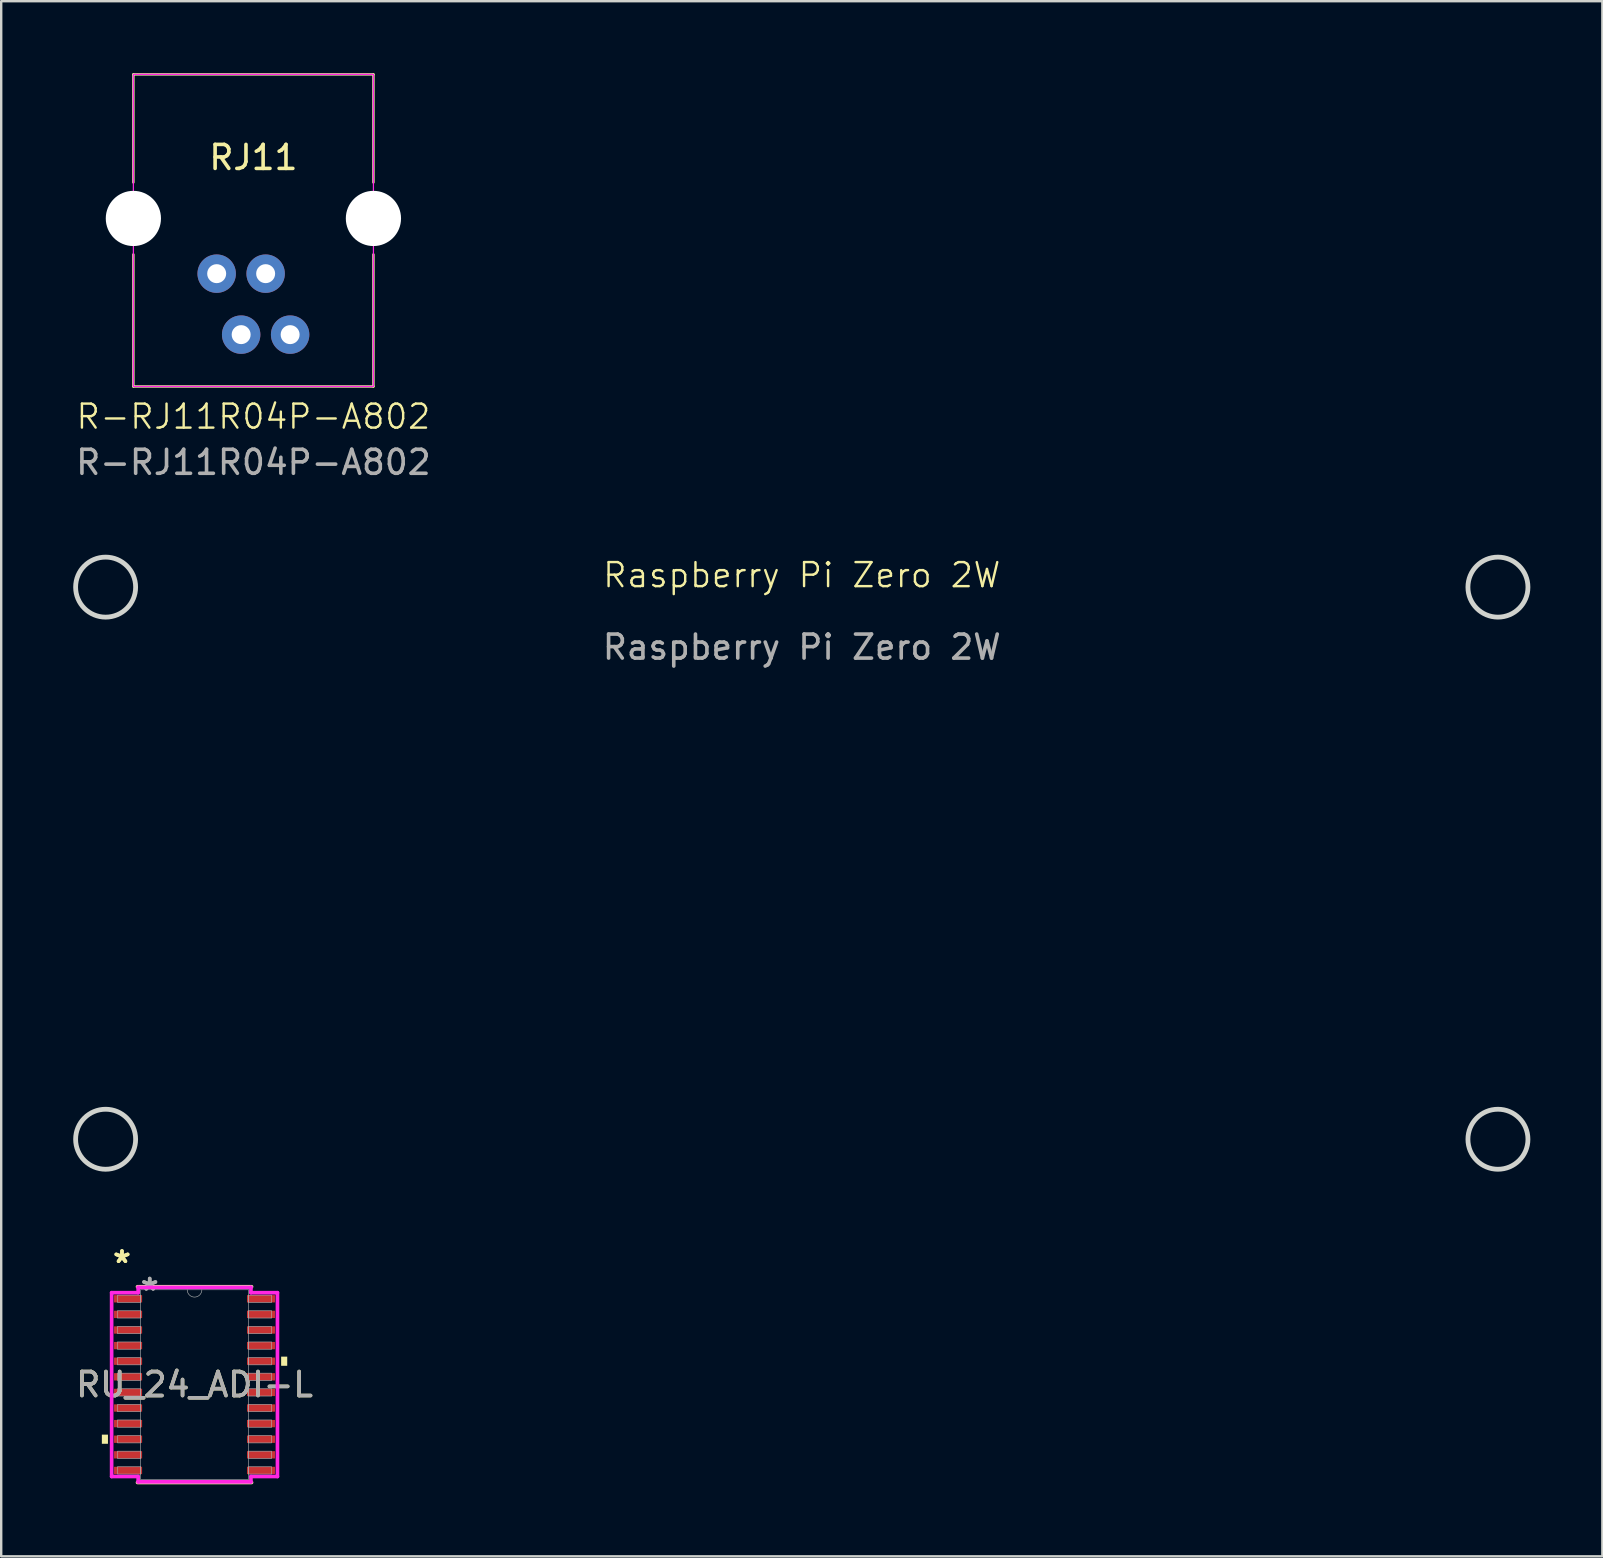
<source format=kicad_pcb>
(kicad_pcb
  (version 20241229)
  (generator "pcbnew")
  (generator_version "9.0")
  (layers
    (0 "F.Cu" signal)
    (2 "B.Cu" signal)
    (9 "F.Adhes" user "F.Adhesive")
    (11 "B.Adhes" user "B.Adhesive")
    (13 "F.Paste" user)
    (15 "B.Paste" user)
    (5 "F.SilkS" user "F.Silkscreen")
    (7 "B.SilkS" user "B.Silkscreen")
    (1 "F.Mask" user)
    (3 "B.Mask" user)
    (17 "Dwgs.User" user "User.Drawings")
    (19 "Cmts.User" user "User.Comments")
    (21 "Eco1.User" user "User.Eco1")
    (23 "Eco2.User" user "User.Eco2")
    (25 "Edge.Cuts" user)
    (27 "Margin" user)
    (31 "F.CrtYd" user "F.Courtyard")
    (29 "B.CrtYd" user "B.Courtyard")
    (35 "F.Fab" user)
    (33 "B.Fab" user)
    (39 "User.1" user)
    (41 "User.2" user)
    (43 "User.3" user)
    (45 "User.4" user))
  (footprint "RU_24_ADI-L"
    (layer "F.Cu")
    (at 5.054 54.629)
    (property "Reference" "RU_24_ADI-L" (at 0 0 0) (unlocked yes) (layer "F.SilkS") (effects (font (size 1 1) (thickness 0.15))))
    (attr smd)
    (fp_line (start -2.375 4.077) (end 2.375 4.077) (stroke (width 0.152) (type solid)) (layer "F.SilkS"))
    (fp_line (start 2.375 -4.077) (end -2.375 -4.077) (stroke (width 0.152) (type solid)) (layer "F.SilkS"))
    (fp_poly (pts (xy -3.861 2.084) (xy -3.861 2.465) (xy -3.607 2.465) (xy -3.607 2.084)) (stroke (width 0) (type solid)) (fill yes) (layer "F.SilkS"))
    (fp_poly (pts (xy 3.861 -1.165) (xy 3.861 -0.784) (xy 3.607 -0.784) (xy 3.607 -1.165)) (stroke (width 0) (type solid)) (fill yes) (layer "F.SilkS"))
    (fp_line (start -3.454 -3.829) (end -2.349 -3.829) (stroke (width 0.152) (type solid)) (layer "F.CrtYd"))
    (fp_line (start -3.454 3.829) (end -3.454 -3.829) (stroke (width 0.152) (type solid)) (layer "F.CrtYd"))
    (fp_line (start -3.454 3.829) (end -2.349 3.829) (stroke (width 0.152) (type solid)) (layer "F.CrtYd"))
    (fp_line (start -2.349 -4.051) (end 2.349 -4.051) (stroke (width 0.152) (type solid)) (layer "F.CrtYd"))
    (fp_line (start -2.349 -3.829) (end -2.349 -4.051) (stroke (width 0.152) (type solid)) (layer "F.CrtYd"))
    (fp_line (start -2.349 4.051) (end -2.349 3.829) (stroke (width 0.152) (type solid)) (layer "F.CrtYd"))
    (fp_line (start 2.349 -4.051) (end 2.349 -3.829) (stroke (width 0.152) (type solid)) (layer "F.CrtYd"))
    (fp_line (start 2.349 3.829) (end 2.349 4.051) (stroke (width 0.152) (type solid)) (layer "F.CrtYd"))
    (fp_line (start 2.349 4.051) (end -2.349 4.051) (stroke (width 0.152) (type solid)) (layer "F.CrtYd"))
    (fp_line (start 3.454 -3.829) (end 2.349 -3.829) (stroke (width 0.152) (type solid)) (layer "F.CrtYd"))
    (fp_line (start 3.454 -3.829) (end 3.454 3.829) (stroke (width 0.152) (type solid)) (layer "F.CrtYd"))
    (fp_line (start 3.454 3.829) (end 2.349 3.829) (stroke (width 0.152) (type solid)) (layer "F.CrtYd"))
    (fp_line (start -3.2 -3.727) (end -3.2 -3.423) (stroke (width 0.025) (type solid)) (layer "F.Fab"))
    (fp_line (start -3.2 -3.423) (end -2.248 -3.423) (stroke (width 0.025) (type solid)) (layer "F.Fab"))
    (fp_line (start -3.2 -3.077) (end -3.2 -2.773) (stroke (width 0.025) (type solid)) (layer "F.Fab"))
    (fp_line (start -3.2 -2.773) (end -2.248 -2.773) (stroke (width 0.025) (type solid)) (layer "F.Fab"))
    (fp_line (start -3.2 -2.427) (end -3.2 -2.123) (stroke (width 0.025) (type solid)) (layer "F.Fab"))
    (fp_line (start -3.2 -2.123) (end -2.248 -2.123) (stroke (width 0.025) (type solid)) (layer "F.Fab"))
    (fp_line (start -3.2 -1.777) (end -3.2 -1.473) (stroke (width 0.025) (type solid)) (layer "F.Fab"))
    (fp_line (start -3.2 -1.473) (end -2.248 -1.473) (stroke (width 0.025) (type solid)) (layer "F.Fab"))
    (fp_line (start -3.2 -1.127) (end -3.2 -0.823) (stroke (width 0.025) (type solid)) (layer "F.Fab"))
    (fp_line (start -3.2 -0.823) (end -2.248 -0.823) (stroke (width 0.025) (type solid)) (layer "F.Fab"))
    (fp_line (start -3.2 -0.477) (end -3.2 -0.173) (stroke (width 0.025) (type solid)) (layer "F.Fab"))
    (fp_line (start -3.2 -0.173) (end -2.248 -0.173) (stroke (width 0.025) (type solid)) (layer "F.Fab"))
    (fp_line (start -3.2 0.173) (end -3.2 0.477) (stroke (width 0.025) (type solid)) (layer "F.Fab"))
    (fp_line (start -3.2 0.477) (end -2.248 0.477) (stroke (width 0.025) (type solid)) (layer "F.Fab"))
    (fp_line (start -3.2 0.823) (end -3.2 1.127) (stroke (width 0.025) (type solid)) (layer "F.Fab"))
    (fp_line (start -3.2 1.127) (end -2.248 1.127) (stroke (width 0.025) (type solid)) (layer "F.Fab"))
    (fp_line (start -3.2 1.473) (end -3.2 1.777) (stroke (width 0.025) (type solid)) (layer "F.Fab"))
    (fp_line (start -3.2 1.777) (end -2.248 1.777) (stroke (width 0.025) (type solid)) (layer "F.Fab"))
    (fp_line (start -3.2 2.123) (end -3.2 2.427) (stroke (width 0.025) (type solid)) (layer "F.Fab"))
    (fp_line (start -3.2 2.427) (end -2.248 2.427) (stroke (width 0.025) (type solid)) (layer "F.Fab"))
    (fp_line (start -3.2 2.773) (end -3.2 3.077) (stroke (width 0.025) (type solid)) (layer "F.Fab"))
    (fp_line (start -3.2 3.077) (end -2.248 3.077) (stroke (width 0.025) (type solid)) (layer "F.Fab"))
    (fp_line (start -3.2 3.423) (end -3.2 3.727) (stroke (width 0.025) (type solid)) (layer "F.Fab"))
    (fp_line (start -3.2 3.727) (end -2.248 3.727) (stroke (width 0.025) (type solid)) (layer "F.Fab"))
    (fp_line (start -2.248 -3.95) (end -2.248 3.95) (stroke (width 0.025) (type solid)) (layer "F.Fab"))
    (fp_line (start -2.248 -3.727) (end -3.2 -3.727) (stroke (width 0.025) (type solid)) (layer "F.Fab"))
    (fp_line (start -2.248 -3.423) (end -2.248 -3.727) (stroke (width 0.025) (type solid)) (layer "F.Fab"))
    (fp_line (start -2.248 -3.077) (end -3.2 -3.077) (stroke (width 0.025) (type solid)) (layer "F.Fab"))
    (fp_line (start -2.248 -2.773) (end -2.248 -3.077) (stroke (width 0.025) (type solid)) (layer "F.Fab"))
    (fp_line (start -2.248 -2.427) (end -3.2 -2.427) (stroke (width 0.025) (type solid)) (layer "F.Fab"))
    (fp_line (start -2.248 -2.123) (end -2.248 -2.427) (stroke (width 0.025) (type solid)) (layer "F.Fab"))
    (fp_line (start -2.248 -1.777) (end -3.2 -1.777) (stroke (width 0.025) (type solid)) (layer "F.Fab"))
    (fp_line (start -2.248 -1.473) (end -2.248 -1.777) (stroke (width 0.025) (type solid)) (layer "F.Fab"))
    (fp_line (start -2.248 -1.127) (end -3.2 -1.127) (stroke (width 0.025) (type solid)) (layer "F.Fab"))
    (fp_line (start -2.248 -0.823) (end -2.248 -1.127) (stroke (width 0.025) (type solid)) (layer "F.Fab"))
    (fp_line (start -2.248 -0.477) (end -3.2 -0.477) (stroke (width 0.025) (type solid)) (layer "F.Fab"))
    (fp_line (start -2.248 -0.173) (end -2.248 -0.477) (stroke (width 0.025) (type solid)) (layer "F.Fab"))
    (fp_line (start -2.248 0.173) (end -3.2 0.173) (stroke (width 0.025) (type solid)) (layer "F.Fab"))
    (fp_line (start -2.248 0.477) (end -2.248 0.173) (stroke (width 0.025) (type solid)) (layer "F.Fab"))
    (fp_line (start -2.248 0.823) (end -3.2 0.823) (stroke (width 0.025) (type solid)) (layer "F.Fab"))
    (fp_line (start -2.248 1.127) (end -2.248 0.823) (stroke (width 0.025) (type solid)) (layer "F.Fab"))
    (fp_line (start -2.248 1.473) (end -3.2 1.473) (stroke (width 0.025) (type solid)) (layer "F.Fab"))
    (fp_line (start -2.248 1.777) (end -2.248 1.473) (stroke (width 0.025) (type solid)) (layer "F.Fab"))
    (fp_line (start -2.248 2.123) (end -3.2 2.123) (stroke (width 0.025) (type solid)) (layer "F.Fab"))
    (fp_line (start -2.248 2.427) (end -2.248 2.123) (stroke (width 0.025) (type solid)) (layer "F.Fab"))
    (fp_line (start -2.248 2.773) (end -3.2 2.773) (stroke (width 0.025) (type solid)) (layer "F.Fab"))
    (fp_line (start -2.248 3.077) (end -2.248 2.773) (stroke (width 0.025) (type solid)) (layer "F.Fab"))
    (fp_line (start -2.248 3.423) (end -3.2 3.423) (stroke (width 0.025) (type solid)) (layer "F.Fab"))
    (fp_line (start -2.248 3.727) (end -2.248 3.423) (stroke (width 0.025) (type solid)) (layer "F.Fab"))
    (fp_line (start -2.248 3.95) (end 2.248 3.95) (stroke (width 0.025) (type solid)) (layer "F.Fab"))
    (fp_line (start 2.248 -3.95) (end -2.248 -3.95) (stroke (width 0.025) (type solid)) (layer "F.Fab"))
    (fp_line (start 2.248 -3.727) (end 2.248 -3.423) (stroke (width 0.025) (type solid)) (layer "F.Fab"))
    (fp_line (start 2.248 -3.423) (end 3.2 -3.423) (stroke (width 0.025) (type solid)) (layer "F.Fab"))
    (fp_line (start 2.248 -3.077) (end 2.248 -2.773) (stroke (width 0.025) (type solid)) (layer "F.Fab"))
    (fp_line (start 2.248 -2.773) (end 3.2 -2.773) (stroke (width 0.025) (type solid)) (layer "F.Fab"))
    (fp_line (start 2.248 -2.427) (end 2.248 -2.123) (stroke (width 0.025) (type solid)) (layer "F.Fab"))
    (fp_line (start 2.248 -2.123) (end 3.2 -2.123) (stroke (width 0.025) (type solid)) (layer "F.Fab"))
    (fp_line (start 2.248 -1.777) (end 2.248 -1.473) (stroke (width 0.025) (type solid)) (layer "F.Fab"))
    (fp_line (start 2.248 -1.473) (end 3.2 -1.473) (stroke (width 0.025) (type solid)) (layer "F.Fab"))
    (fp_line (start 2.248 -1.127) (end 2.248 -0.823) (stroke (width 0.025) (type solid)) (layer "F.Fab"))
    (fp_line (start 2.248 -0.823) (end 3.2 -0.823) (stroke (width 0.025) (type solid)) (layer "F.Fab"))
    (fp_line (start 2.248 -0.477) (end 2.248 -0.173) (stroke (width 0.025) (type solid)) (layer "F.Fab"))
    (fp_line (start 2.248 -0.173) (end 3.2 -0.173) (stroke (width 0.025) (type solid)) (layer "F.Fab"))
    (fp_line (start 2.248 0.173) (end 2.248 0.477) (stroke (width 0.025) (type solid)) (layer "F.Fab"))
    (fp_line (start 2.248 0.477) (end 3.2 0.477) (stroke (width 0.025) (type solid)) (layer "F.Fab"))
    (fp_line (start 2.248 0.823) (end 2.248 1.127) (stroke (width 0.025) (type solid)) (layer "F.Fab"))
    (fp_line (start 2.248 1.127) (end 3.2 1.127) (stroke (width 0.025) (type solid)) (layer "F.Fab"))
    (fp_line (start 2.248 1.473) (end 2.248 1.777) (stroke (width 0.025) (type solid)) (layer "F.Fab"))
    (fp_line (start 2.248 1.777) (end 3.2 1.777) (stroke (width 0.025) (type solid)) (layer "F.Fab"))
    (fp_line (start 2.248 2.123) (end 2.248 2.427) (stroke (width 0.025) (type solid)) (layer "F.Fab"))
    (fp_line (start 2.248 2.427) (end 3.2 2.427) (stroke (width 0.025) (type solid)) (layer "F.Fab"))
    (fp_line (start 2.248 2.773) (end 2.248 3.077) (stroke (width 0.025) (type solid)) (layer "F.Fab"))
    (fp_line (start 2.248 3.077) (end 3.2 3.077) (stroke (width 0.025) (type solid)) (layer "F.Fab"))
    (fp_line (start 2.248 3.423) (end 2.248 3.727) (stroke (width 0.025) (type solid)) (layer "F.Fab"))
    (fp_line (start 2.248 3.727) (end 3.2 3.727) (stroke (width 0.025) (type solid)) (layer "F.Fab"))
    (fp_line (start 2.248 3.95) (end 2.248 -3.95) (stroke (width 0.025) (type solid)) (layer "F.Fab"))
    (fp_line (start 3.2 -3.727) (end 2.248 -3.727) (stroke (width 0.025) (type solid)) (layer "F.Fab"))
    (fp_line (start 3.2 -3.423) (end 3.2 -3.727) (stroke (width 0.025) (type solid)) (layer "F.Fab"))
    (fp_line (start 3.2 -3.077) (end 2.248 -3.077) (stroke (width 0.025) (type solid)) (layer "F.Fab"))
    (fp_line (start 3.2 -2.773) (end 3.2 -3.077) (stroke (width 0.025) (type solid)) (layer "F.Fab"))
    (fp_line (start 3.2 -2.427) (end 2.248 -2.427) (stroke (width 0.025) (type solid)) (layer "F.Fab"))
    (fp_line (start 3.2 -2.123) (end 3.2 -2.427) (stroke (width 0.025) (type solid)) (layer "F.Fab"))
    (fp_line (start 3.2 -1.777) (end 2.248 -1.777) (stroke (width 0.025) (type solid)) (layer "F.Fab"))
    (fp_line (start 3.2 -1.473) (end 3.2 -1.777) (stroke (width 0.025) (type solid)) (layer "F.Fab"))
    (fp_line (start 3.2 -1.127) (end 2.248 -1.127) (stroke (width 0.025) (type solid)) (layer "F.Fab"))
    (fp_line (start 3.2 -0.823) (end 3.2 -1.127) (stroke (width 0.025) (type solid)) (layer "F.Fab"))
    (fp_line (start 3.2 -0.477) (end 2.248 -0.477) (stroke (width 0.025) (type solid)) (layer "F.Fab"))
    (fp_line (start 3.2 -0.173) (end 3.2 -0.477) (stroke (width 0.025) (type solid)) (layer "F.Fab"))
    (fp_line (start 3.2 0.173) (end 2.248 0.173) (stroke (width 0.025) (type solid)) (layer "F.Fab"))
    (fp_line (start 3.2 0.477) (end 3.2 0.173) (stroke (width 0.025) (type solid)) (layer "F.Fab"))
    (fp_line (start 3.2 0.823) (end 2.248 0.823) (stroke (width 0.025) (type solid)) (layer "F.Fab"))
    (fp_line (start 3.2 1.127) (end 3.2 0.823) (stroke (width 0.025) (type solid)) (layer "F.Fab"))
    (fp_line (start 3.2 1.473) (end 2.248 1.473) (stroke (width 0.025) (type solid)) (layer "F.Fab"))
    (fp_line (start 3.2 1.777) (end 3.2 1.473) (stroke (width 0.025) (type solid)) (layer "F.Fab"))
    (fp_line (start 3.2 2.123) (end 2.248 2.123) (stroke (width 0.025) (type solid)) (layer "F.Fab"))
    (fp_line (start 3.2 2.427) (end 3.2 2.123) (stroke (width 0.025) (type solid)) (layer "F.Fab"))
    (fp_line (start 3.2 2.773) (end 2.248 2.773) (stroke (width 0.025) (type solid)) (layer "F.Fab"))
    (fp_line (start 3.2 3.077) (end 3.2 2.773) (stroke (width 0.025) (type solid)) (layer "F.Fab"))
    (fp_line (start 3.2 3.423) (end 2.248 3.423) (stroke (width 0.025) (type solid)) (layer "F.Fab"))
    (fp_line (start 3.2 3.727) (end 3.2 3.423) (stroke (width 0.025) (type solid)) (layer "F.Fab"))
    (fp_arc (start 0.3048 -3.9497) (mid 0 -3.6449) (end -0.3048 -3.9497) (stroke (width 0.0254) (type solid)) (layer "F.Fab"))
    (fp_text user "*" (at -3.023 -5.023 0) (layer "F.SilkS") (effects (font (size 1 1) (thickness 0.15))))
    (fp_text user "*" (at -3.023 -5.023 0) (unlocked yes) (layer "F.SilkS") (effects (font (size 1 1) (thickness 0.15))))
    (fp_text user "*" (at -1.867 -3.873 0) (layer "F.Fab") (effects (font (size 1 1) (thickness 0.15))))
    (fp_text user "*" (at -1.867 -3.873 0) (unlocked yes) (layer "F.Fab") (effects (font (size 1 1) (thickness 0.15))))
    (fp_text user "${REFERENCE}" (at 0 0 0) (unlocked yes) (layer "F.Fab") (effects (font (size 1 1) (thickness 0.15))))
    (pad "1" smd rect (at -2.769 -3.575) (size 1.168 0.305) (layers "F.Cu" "F.Mask" "F.Paste"))
    (pad "2" smd rect (at -2.769 -2.925) (size 1.168 0.305) (layers "F.Cu" "F.Mask" "F.Paste"))
    (pad "3" smd rect (at -2.769 -2.275) (size 1.168 0.305) (layers "F.Cu" "F.Mask" "F.Paste"))
    (pad "4" smd rect (at -2.769 -1.625) (size 1.168 0.305) (layers "F.Cu" "F.Mask" "F.Paste"))
    (pad "5" smd rect (at -2.769 -0.975) (size 1.168 0.305) (layers "F.Cu" "F.Mask" "F.Paste"))
    (pad "6" smd rect (at -2.769 -0.325) (size 1.168 0.305) (layers "F.Cu" "F.Mask" "F.Paste"))
    (pad "7" smd rect (at -2.769 0.325) (size 1.168 0.305) (layers "F.Cu" "F.Mask" "F.Paste"))
    (pad "8" smd rect (at -2.769 0.975) (size 1.168 0.305) (layers "F.Cu" "F.Mask" "F.Paste"))
    (pad "9" smd rect (at -2.769 1.625) (size 1.168 0.305) (layers "F.Cu" "F.Mask" "F.Paste"))
    (pad "10" smd rect (at -2.769 2.275) (size 1.168 0.305) (layers "F.Cu" "F.Mask" "F.Paste"))
    (pad "11" smd rect (at -2.769 2.925) (size 1.168 0.305) (layers "F.Cu" "F.Mask" "F.Paste"))
    (pad "12" smd rect (at -2.769 3.575) (size 1.168 0.305) (layers "F.Cu" "F.Mask" "F.Paste"))
    (pad "13" smd rect (at 2.769 3.575) (size 1.168 0.305) (layers "F.Cu" "F.Mask" "F.Paste"))
    (pad "14" smd rect (at 2.769 2.925) (size 1.168 0.305) (layers "F.Cu" "F.Mask" "F.Paste"))
    (pad "15" smd rect (at 2.769 2.275) (size 1.168 0.305) (layers "F.Cu" "F.Mask" "F.Paste"))
    (pad "16" smd rect (at 2.769 1.625) (size 1.168 0.305) (layers "F.Cu" "F.Mask" "F.Paste"))
    (pad "17" smd rect (at 2.769 0.975) (size 1.168 0.305) (layers "F.Cu" "F.Mask" "F.Paste"))
    (pad "18" smd rect (at 2.769 0.325) (size 1.168 0.305) (layers "F.Cu" "F.Mask" "F.Paste"))
    (pad "19" smd rect (at 2.769 -0.325) (size 1.168 0.305) (layers "F.Cu" "F.Mask" "F.Paste"))
    (pad "20" smd rect (at 2.769 -0.975) (size 1.168 0.305) (layers "F.Cu" "F.Mask" "F.Paste"))
    (pad "21" smd rect (at 2.769 -1.625) (size 1.168 0.305) (layers "F.Cu" "F.Mask" "F.Paste"))
    (pad "22" smd rect (at 2.769 -2.275) (size 1.168 0.305) (layers "F.Cu" "F.Mask" "F.Paste"))
    (pad "23" smd rect (at 2.769 -2.925) (size 1.168 0.305) (layers "F.Cu" "F.Mask" "F.Paste"))
    (pad "24" smd rect (at 2.769 -3.575) (size 1.168 0.305) (layers "F.Cu" "F.Mask" "F.Paste")))
  (footprint "R-RJ11R04P-A802"
    (layer "F.Cu")
    (at 7.506 6.05)
    (property "Reference" "R-RJ11R04P-A802" (at 0 8.255 0) (unlocked yes) (layer "F.SilkS") (effects (font (size 1 1) (thickness 0.1))))
    (attr through_hole)
    (fp_line (start -5 -6) (end -5 -1.5) (stroke (width 0.1) (type default)) (layer "F.SilkS"))
    (fp_line (start -5 -6) (end 5 -6) (stroke (width 0.1) (type default)) (layer "F.SilkS"))
    (fp_line (start -5 1.5) (end -5 7) (stroke (width 0.1) (type default)) (layer "F.SilkS"))
    (fp_line (start 5 -6) (end 5 -1.5) (stroke (width 0.1) (type default)) (layer "F.SilkS"))
    (fp_line (start 5 1.5) (end 5 7) (stroke (width 0.1) (type default)) (layer "F.SilkS"))
    (fp_line (start 5 7) (end -5 7) (stroke (width 0.1) (type default)) (layer "F.SilkS"))
    (fp_rect (start -5 -6) (end 5 7) (stroke (width 0.05) (type default)) (fill no) (layer "F.CrtYd"))
    (fp_text user "RJ11" (at 0 -2.54 0) (unlocked yes) (layer "F.SilkS") (effects (font (size 1 1) (thickness 0.15))))
    (fp_text user "${REFERENCE}" (at 0 10.16 0) (unlocked yes) (layer "F.Fab") (effects (font (size 1 1) (thickness 0.15))))
    (pad "" np_thru_hole circle (at -5 0) (size 2.3 2.3) (drill 2.3) (layers "*.Cu" "*.Mask"))
    (pad "" np_thru_hole circle (at 5 0) (size 2.3 2.3) (drill 2.3) (layers "*.Cu" "*.Mask"))
    (pad "1" thru_hole circle (at -1.53 2.3) (size 1.6 1.6) (drill 0.79) (layers "*.Cu" "*.Mask"))
    (pad "2" thru_hole circle (at -0.51 4.84) (size 1.6 1.6) (drill 0.79) (layers "*.Cu" "*.Mask"))
    (pad "3" thru_hole circle (at 0.51 2.3) (size 1.6 1.6) (drill 0.79) (layers "*.Cu" "*.Mask"))
    (pad "4" thru_hole circle (at 1.53 4.84) (size 1.6 1.6) (drill 0.79) (layers "*.Cu" "*.Mask")))
  (footprint "Raspberry Pi Zero 2W"
    (layer "F.Cu")
    (at 30.35 21.408)
    (property "Reference" "Raspberry Pi Zero 2W" (at 0 -0.5 0) (unlocked yes) (layer "F.SilkS") (effects (font (size 1 1) (thickness 0.1))))
    (fp_circle (center -29 0) (end -27.75 0) (stroke (width 0.2) (type default)) (fill no) (layer "Edge.Cuts"))
    (fp_circle (center -29 23) (end -27.75 23) (stroke (width 0.2) (type default)) (fill no) (layer "Edge.Cuts"))
    (fp_circle (center 29 0) (end 30.25 0) (stroke (width 0.2) (type default)) (fill no) (layer "Edge.Cuts"))
    (fp_circle (center 29 23) (end 30.25 23) (stroke (width 0.2) (type default)) (fill no) (layer "Edge.Cuts"))
    (fp_text user "${REFERENCE}" (at 0 2.5 0) (unlocked yes) (layer "F.Fab") (effects (font (size 1 1) (thickness 0.15)))))
  (gr_rect
    (start -3 -3)
    (end 63.7 61.782)
    (stroke (width 0.1) (type default))
    (fill no)
    (layer "Edge.Cuts")))
</source>
